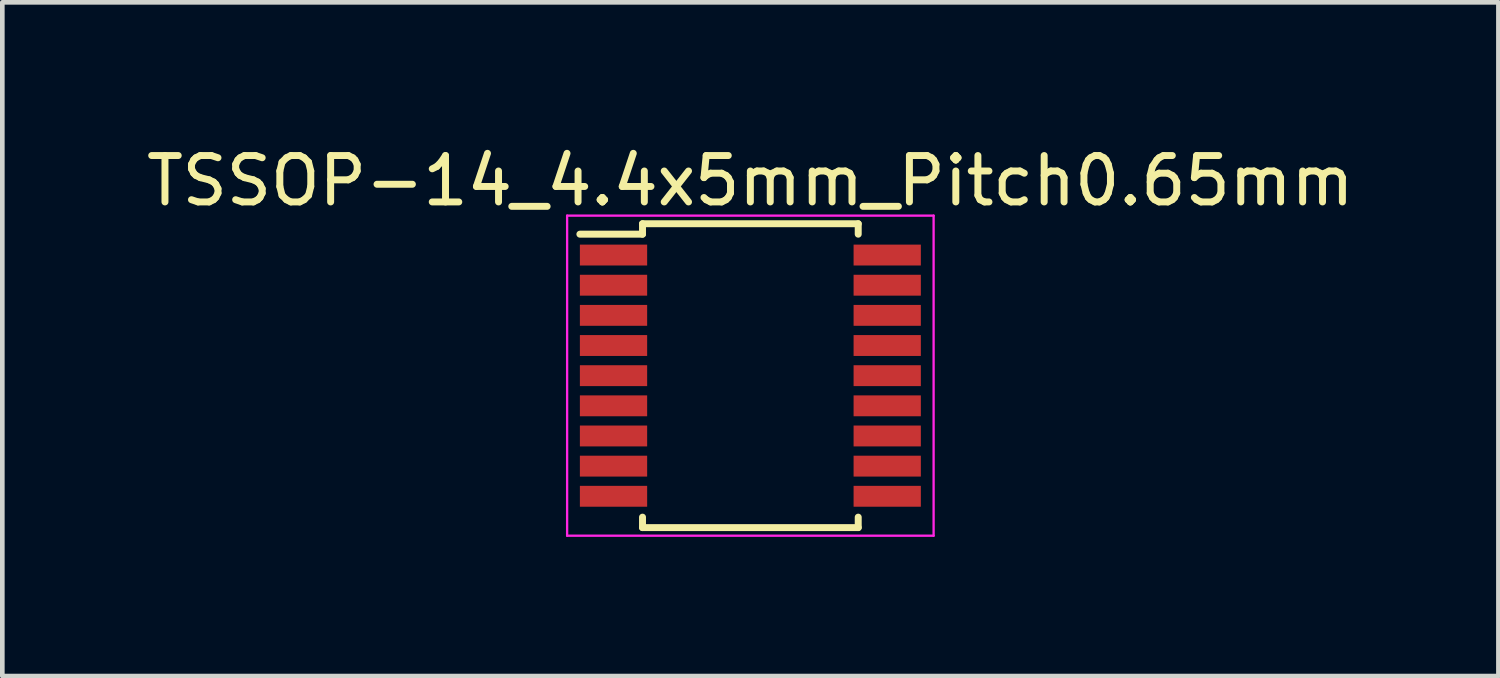
<source format=kicad_pcb>
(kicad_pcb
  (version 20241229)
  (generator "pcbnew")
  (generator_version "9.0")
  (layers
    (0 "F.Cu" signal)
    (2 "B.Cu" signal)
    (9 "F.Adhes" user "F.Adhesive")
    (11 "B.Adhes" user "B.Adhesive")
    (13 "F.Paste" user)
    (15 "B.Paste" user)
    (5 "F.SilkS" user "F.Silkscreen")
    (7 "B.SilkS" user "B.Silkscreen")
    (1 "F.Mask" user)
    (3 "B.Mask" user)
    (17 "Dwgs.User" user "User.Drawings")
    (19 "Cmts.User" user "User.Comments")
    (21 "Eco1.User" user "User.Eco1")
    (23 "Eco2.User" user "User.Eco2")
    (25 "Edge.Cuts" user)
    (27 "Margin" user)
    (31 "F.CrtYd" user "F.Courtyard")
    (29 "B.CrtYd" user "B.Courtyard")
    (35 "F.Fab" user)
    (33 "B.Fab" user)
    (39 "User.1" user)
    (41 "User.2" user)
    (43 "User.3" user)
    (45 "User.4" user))
  (footprint "TSSOP-14_4.4x5mm_Pitch0.65mm"
    (layer "F.Cu")
    (at 13.125 5.048)
    (property "Reference" "TSSOP-14_4.4x5mm_Pitch0.65mm" (at 0 -4.2 0) (layer "F.SilkS") (effects (font (size 1 1) (thickness 0.15))))
    (attr smd)
    (fp_line (start -2.325 -3.275) (end -2.325 -3.05) (stroke (width 0.15) (type solid)) (layer "F.SilkS"))
    (fp_line (start -2.325 -3.275) (end 2.325 -3.275) (stroke (width 0.15) (type solid)) (layer "F.SilkS"))
    (fp_line (start -2.325 -3.05) (end -3.675 -3.05) (stroke (width 0.15) (type solid)) (layer "F.SilkS"))
    (fp_line (start -2.325 3.275) (end -2.325 3.05) (stroke (width 0.15) (type solid)) (layer "F.SilkS"))
    (fp_line (start -2.325 3.275) (end 2.325 3.275) (stroke (width 0.15) (type solid)) (layer "F.SilkS"))
    (fp_line (start 2.325 -3.275) (end 2.325 -3.05) (stroke (width 0.15) (type solid)) (layer "F.SilkS"))
    (fp_line (start 2.325 3.275) (end 2.325 3.05) (stroke (width 0.15) (type solid)) (layer "F.SilkS"))
    (fp_line (start -3.95 -3.45) (end -3.95 3.45) (stroke (width 0.05) (type solid)) (layer "F.CrtYd"))
    (fp_line (start -3.95 -3.45) (end 3.95 -3.45) (stroke (width 0.05) (type solid)) (layer "F.CrtYd"))
    (fp_line (start -3.95 3.45) (end 3.95 3.45) (stroke (width 0.05) (type solid)) (layer "F.CrtYd"))
    (fp_line (start 3.95 -3.45) (end 3.95 3.45) (stroke (width 0.05) (type solid)) (layer "F.CrtYd"))
    (pad "1" smd rect (at -2.95 -2.6) (size 1.45 0.45) (layers "F.Cu" "F.Mask" "F.Paste"))
    (pad "2" smd rect (at -2.95 -1.95) (size 1.45 0.45) (layers "F.Cu" "F.Mask" "F.Paste"))
    (pad "3" smd rect (at -2.95 -1.3) (size 1.45 0.45) (layers "F.Cu" "F.Mask" "F.Paste"))
    (pad "4" smd rect (at -2.95 -0.65) (size 1.45 0.45) (layers "F.Cu" "F.Mask" "F.Paste"))
    (pad "5" smd rect (at -2.95 0) (size 1.45 0.45) (layers "F.Cu" "F.Mask" "F.Paste"))
    (pad "6" smd rect (at -2.95 0.65) (size 1.45 0.45) (layers "F.Cu" "F.Mask" "F.Paste"))
    (pad "7" smd rect (at -2.95 1.3) (size 1.45 0.45) (layers "F.Cu" "F.Mask" "F.Paste"))
    (pad "8" smd rect (at -2.95 1.95) (size 1.45 0.45) (layers "F.Cu" "F.Mask" "F.Paste"))
    (pad "9" smd rect (at -2.95 2.6) (size 1.45 0.45) (layers "F.Cu" "F.Mask" "F.Paste"))
    (pad "10" smd rect (at 2.95 2.6) (size 1.45 0.45) (layers "F.Cu" "F.Mask" "F.Paste"))
    (pad "11" smd rect (at 2.95 1.95) (size 1.45 0.45) (layers "F.Cu" "F.Mask" "F.Paste"))
    (pad "12" smd rect (at 2.95 1.3) (size 1.45 0.45) (layers "F.Cu" "F.Mask" "F.Paste"))
    (pad "13" smd rect (at 2.95 0.65) (size 1.45 0.45) (layers "F.Cu" "F.Mask" "F.Paste"))
    (pad "14" smd rect (at 2.95 0) (size 1.45 0.45) (layers "F.Cu" "F.Mask" "F.Paste"))
    (pad "15" smd rect (at 2.95 -0.65) (size 1.45 0.45) (layers "F.Cu" "F.Mask" "F.Paste"))
    (pad "16" smd rect (at 2.95 -1.3) (size 1.45 0.45) (layers "F.Cu" "F.Mask" "F.Paste"))
    (pad "17" smd rect (at 2.95 -1.95) (size 1.45 0.45) (layers "F.Cu" "F.Mask" "F.Paste"))
    (pad "18" smd rect (at 2.95 -2.6) (size 1.45 0.45) (layers "F.Cu" "F.Mask" "F.Paste")))
  (gr_rect
    (start -3 -3)
    (end 29.25 11.523)
    (stroke (width 0.1) (type default))
    (fill no)
    (layer "Edge.Cuts")))
</source>
